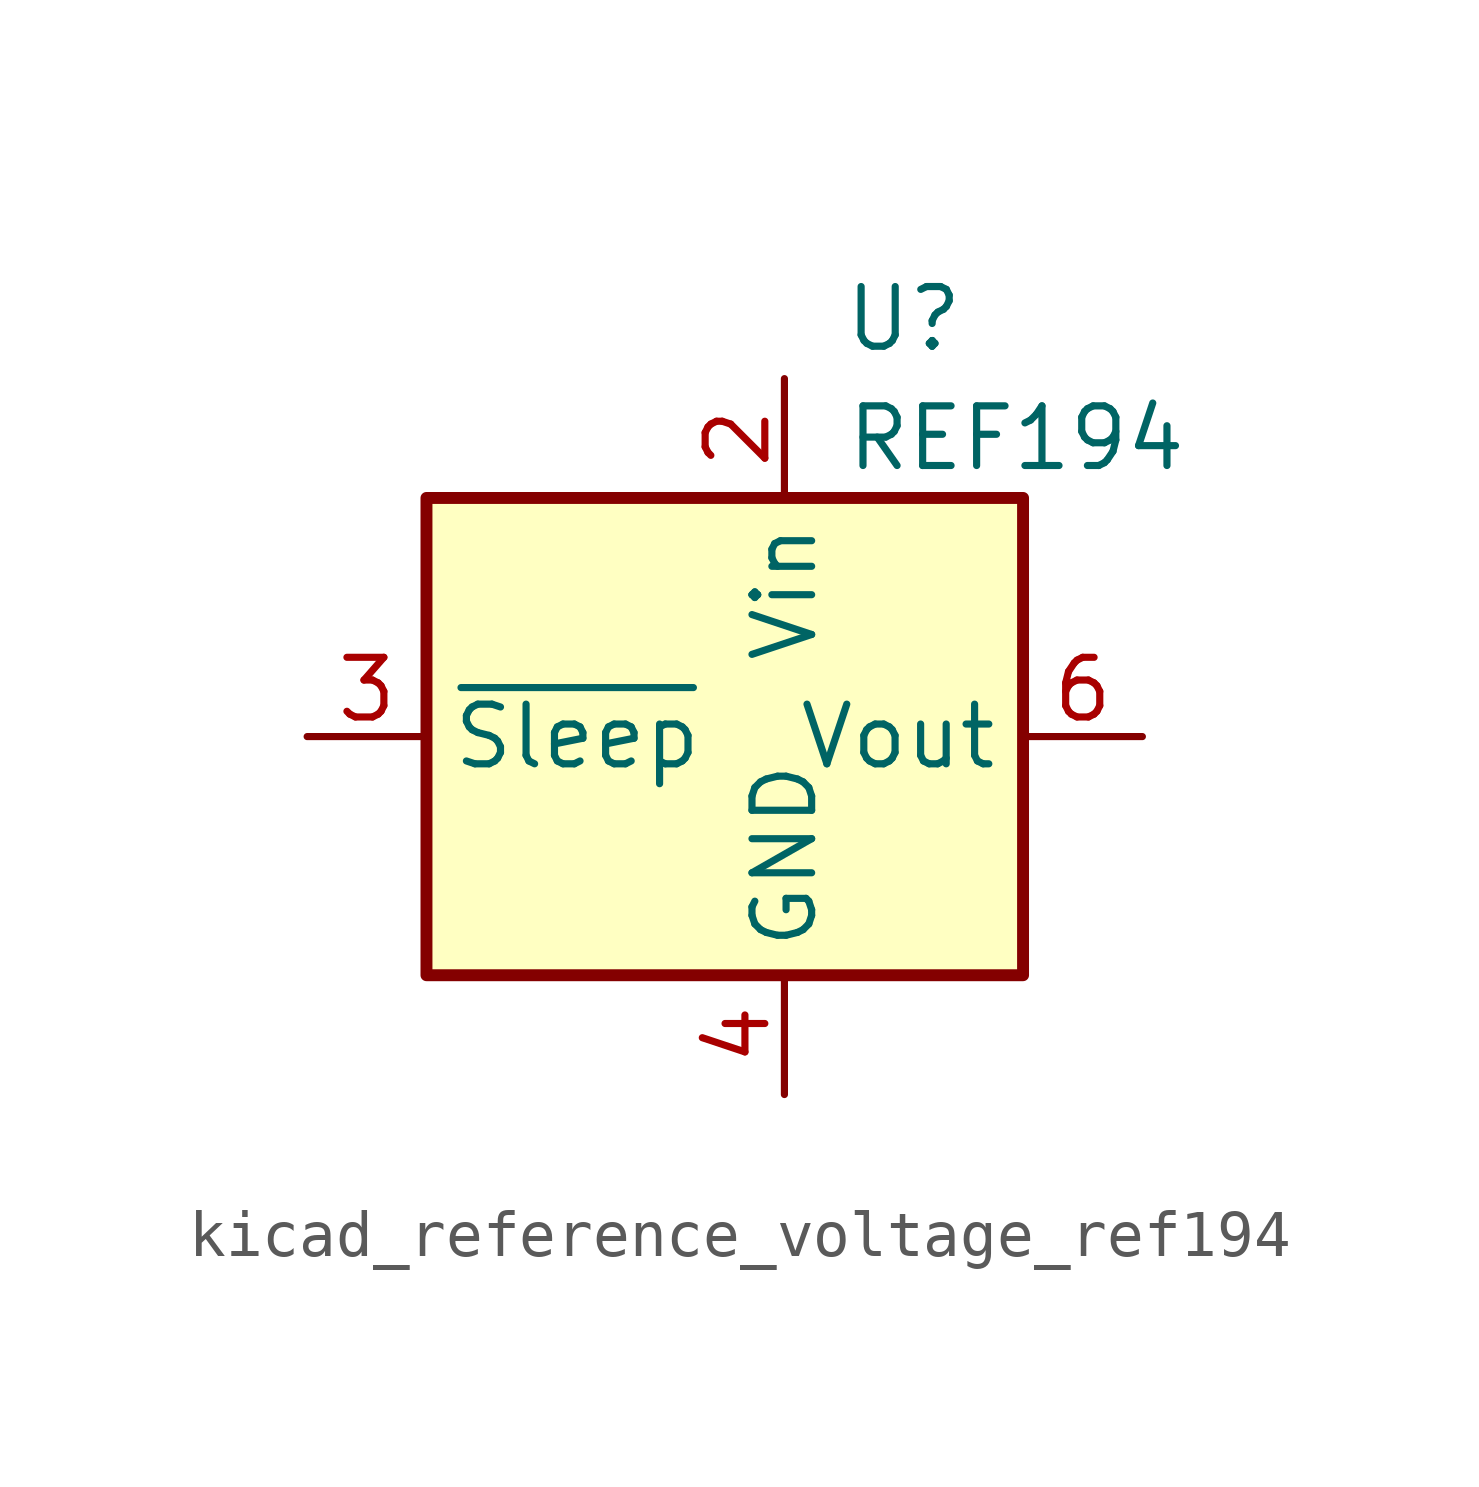
<source format=kicad_sym>
(kicad_symbol_lib
  (version 20220914)
  (generator kicad_symbol_editor)
  (symbol "kicad_reference_voltage_ref194"
    (property "Reference" "U"
      (at 2.54 8.89 0)
      (effects (font (size 1.27 1.27))))
    (property "Value" "REF194"
      (at 1.27 6.35 0)
      (effects (font (size 1.27 1.27)) (justify left)))
    (symbol "kicad_reference_voltage_ref194_0_1"
      (rectangle (start -7.62 5.08) (end 5.08 -5.08) (stroke (width 0.254) (type default)) (fill (type background))))
    (symbol "kicad_reference_voltage_ref194_1_1"
      (pin no_connect line (at -7.62 2.54 0) (length 2.54) hide (name "TP" (effects (font (size 1.27 1.27)))) (number "1" (effects (font (size 1.27 1.27)))))
      (pin power_in line (at 0 7.62 270) (length 2.54) (name "Vin" (effects (font (size 1.27 1.27)))) (number "2" (effects (font (size 1.27 1.27)))))
      (pin input line (at -10.16 0 0) (length 2.54) (name "~{Sleep}" (effects (font (size 1.27 1.27)))) (number "3" (effects (font (size 1.27 1.27)))))
      (pin power_in line (at 0 -7.62 90) (length 2.54) (name "GND" (effects (font (size 1.27 1.27)))) (number "4" (effects (font (size 1.27 1.27)))))
      (pin no_connect line (at -5.08 -5.08 90) (length 2.54) hide (name "TP" (effects (font (size 1.27 1.27)))) (number "5" (effects (font (size 1.27 1.27)))))
      (pin power_out line (at 7.62 0 180) (length 2.54) (name "Vout" (effects (font (size 1.27 1.27)))) (number "6" (effects (font (size 1.27 1.27)))))
      (pin no_connect line (at -2.54 -5.08 90) (length 2.54) hide (name "NC" (effects (font (size 1.27 1.27)))) (number "7" (effects (font (size 1.27 1.27)))))
      (pin no_connect line (at 2.54 -5.08 90) (length 2.54) hide (name "NC" (effects (font (size 1.27 1.27)))) (number "8" (effects (font (size 1.27 1.27))))))))
</source>
